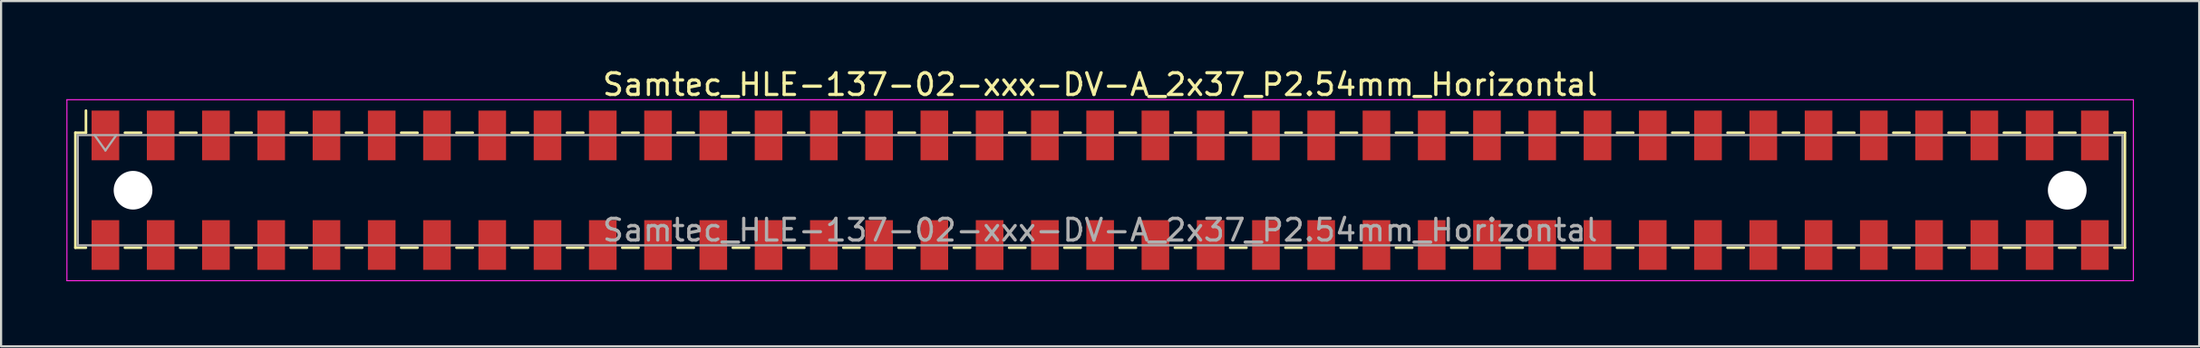
<source format=kicad_pcb>
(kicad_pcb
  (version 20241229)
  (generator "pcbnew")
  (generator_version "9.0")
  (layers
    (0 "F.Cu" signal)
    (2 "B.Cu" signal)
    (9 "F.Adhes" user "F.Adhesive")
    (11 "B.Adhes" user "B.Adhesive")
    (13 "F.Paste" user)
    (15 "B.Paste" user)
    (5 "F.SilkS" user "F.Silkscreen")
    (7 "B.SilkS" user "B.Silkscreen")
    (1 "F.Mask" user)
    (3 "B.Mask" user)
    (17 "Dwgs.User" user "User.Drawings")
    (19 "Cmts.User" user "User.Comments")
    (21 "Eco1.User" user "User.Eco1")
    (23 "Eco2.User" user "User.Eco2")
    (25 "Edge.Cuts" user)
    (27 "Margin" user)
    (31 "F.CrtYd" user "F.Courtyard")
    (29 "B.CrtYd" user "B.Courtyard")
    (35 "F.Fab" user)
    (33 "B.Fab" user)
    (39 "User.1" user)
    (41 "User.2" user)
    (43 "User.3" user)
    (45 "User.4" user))
  (footprint "Samtec_HLE-137-02-xxx-DV-A_2x37_P2.54mm_Horizontal"
    (layer "F.Cu")
    (at 47.515 5.718)
    (property "Reference" "Samtec_HLE-137-02-xxx-DV-A_2x37_P2.54mm_Horizontal" (at 0 -4.87 0) (layer "F.SilkS") (effects (font (size 1 1) (thickness 0.15))))
    (attr smd)
    (fp_line (start -47.1 -2.65) (end -47.1 2.65) (stroke (width 0.12) (type solid)) (layer "F.SilkS"))
    (fp_line (start -47.1 2.65) (end -46.615 2.65) (stroke (width 0.12) (type solid)) (layer "F.SilkS"))
    (fp_line (start -46.615 -3.67) (end -46.615 -2.65) (stroke (width 0.12) (type solid)) (layer "F.SilkS"))
    (fp_line (start -46.615 -2.65) (end -47.1 -2.65) (stroke (width 0.12) (type solid)) (layer "F.SilkS"))
    (fp_line (start -44.825 -2.65) (end -44.075 -2.65) (stroke (width 0.12) (type solid)) (layer "F.SilkS"))
    (fp_line (start -44.825 2.65) (end -44.075 2.65) (stroke (width 0.12) (type solid)) (layer "F.SilkS"))
    (fp_line (start -42.285 -2.65) (end -41.535 -2.65) (stroke (width 0.12) (type solid)) (layer "F.SilkS"))
    (fp_line (start -42.285 2.65) (end -41.535 2.65) (stroke (width 0.12) (type solid)) (layer "F.SilkS"))
    (fp_line (start -39.745 -2.65) (end -38.995 -2.65) (stroke (width 0.12) (type solid)) (layer "F.SilkS"))
    (fp_line (start -39.745 2.65) (end -38.995 2.65) (stroke (width 0.12) (type solid)) (layer "F.SilkS"))
    (fp_line (start -37.205 -2.65) (end -36.455 -2.65) (stroke (width 0.12) (type solid)) (layer "F.SilkS"))
    (fp_line (start -37.205 2.65) (end -36.455 2.65) (stroke (width 0.12) (type solid)) (layer "F.SilkS"))
    (fp_line (start -34.665 -2.65) (end -33.915 -2.65) (stroke (width 0.12) (type solid)) (layer "F.SilkS"))
    (fp_line (start -34.665 2.65) (end -33.915 2.65) (stroke (width 0.12) (type solid)) (layer "F.SilkS"))
    (fp_line (start -32.125 -2.65) (end -31.375 -2.65) (stroke (width 0.12) (type solid)) (layer "F.SilkS"))
    (fp_line (start -32.125 2.65) (end -31.375 2.65) (stroke (width 0.12) (type solid)) (layer "F.SilkS"))
    (fp_line (start -29.585 -2.65) (end -28.835 -2.65) (stroke (width 0.12) (type solid)) (layer "F.SilkS"))
    (fp_line (start -29.585 2.65) (end -28.835 2.65) (stroke (width 0.12) (type solid)) (layer "F.SilkS"))
    (fp_line (start -27.045 -2.65) (end -26.295 -2.65) (stroke (width 0.12) (type solid)) (layer "F.SilkS"))
    (fp_line (start -27.045 2.65) (end -26.295 2.65) (stroke (width 0.12) (type solid)) (layer "F.SilkS"))
    (fp_line (start -24.505 -2.65) (end -23.755 -2.65) (stroke (width 0.12) (type solid)) (layer "F.SilkS"))
    (fp_line (start -24.505 2.65) (end -23.755 2.65) (stroke (width 0.12) (type solid)) (layer "F.SilkS"))
    (fp_line (start -21.965 -2.65) (end -21.215 -2.65) (stroke (width 0.12) (type solid)) (layer "F.SilkS"))
    (fp_line (start -21.965 2.65) (end -21.215 2.65) (stroke (width 0.12) (type solid)) (layer "F.SilkS"))
    (fp_line (start -19.425 -2.65) (end -18.675 -2.65) (stroke (width 0.12) (type solid)) (layer "F.SilkS"))
    (fp_line (start -19.425 2.65) (end -18.675 2.65) (stroke (width 0.12) (type solid)) (layer "F.SilkS"))
    (fp_line (start -16.885 -2.65) (end -16.135 -2.65) (stroke (width 0.12) (type solid)) (layer "F.SilkS"))
    (fp_line (start -16.885 2.65) (end -16.135 2.65) (stroke (width 0.12) (type solid)) (layer "F.SilkS"))
    (fp_line (start -14.345 -2.65) (end -13.595 -2.65) (stroke (width 0.12) (type solid)) (layer "F.SilkS"))
    (fp_line (start -14.345 2.65) (end -13.595 2.65) (stroke (width 0.12) (type solid)) (layer "F.SilkS"))
    (fp_line (start -11.805 -2.65) (end -11.055 -2.65) (stroke (width 0.12) (type solid)) (layer "F.SilkS"))
    (fp_line (start -11.805 2.65) (end -11.055 2.65) (stroke (width 0.12) (type solid)) (layer "F.SilkS"))
    (fp_line (start -9.265 -2.65) (end -8.515 -2.65) (stroke (width 0.12) (type solid)) (layer "F.SilkS"))
    (fp_line (start -9.265 2.65) (end -8.515 2.65) (stroke (width 0.12) (type solid)) (layer "F.SilkS"))
    (fp_line (start -6.725 -2.65) (end -5.975 -2.65) (stroke (width 0.12) (type solid)) (layer "F.SilkS"))
    (fp_line (start -6.725 2.65) (end -5.975 2.65) (stroke (width 0.12) (type solid)) (layer "F.SilkS"))
    (fp_line (start -4.185 -2.65) (end -3.435 -2.65) (stroke (width 0.12) (type solid)) (layer "F.SilkS"))
    (fp_line (start -4.185 2.65) (end -3.435 2.65) (stroke (width 0.12) (type solid)) (layer "F.SilkS"))
    (fp_line (start -1.645 -2.65) (end -0.895 -2.65) (stroke (width 0.12) (type solid)) (layer "F.SilkS"))
    (fp_line (start -1.645 2.65) (end -0.895 2.65) (stroke (width 0.12) (type solid)) (layer "F.SilkS"))
    (fp_line (start 0.895 -2.65) (end 1.645 -2.65) (stroke (width 0.12) (type solid)) (layer "F.SilkS"))
    (fp_line (start 0.895 2.65) (end 1.645 2.65) (stroke (width 0.12) (type solid)) (layer "F.SilkS"))
    (fp_line (start 3.435 -2.65) (end 4.185 -2.65) (stroke (width 0.12) (type solid)) (layer "F.SilkS"))
    (fp_line (start 3.435 2.65) (end 4.185 2.65) (stroke (width 0.12) (type solid)) (layer "F.SilkS"))
    (fp_line (start 5.975 -2.65) (end 6.725 -2.65) (stroke (width 0.12) (type solid)) (layer "F.SilkS"))
    (fp_line (start 5.975 2.65) (end 6.725 2.65) (stroke (width 0.12) (type solid)) (layer "F.SilkS"))
    (fp_line (start 8.515 -2.65) (end 9.265 -2.65) (stroke (width 0.12) (type solid)) (layer "F.SilkS"))
    (fp_line (start 8.515 2.65) (end 9.265 2.65) (stroke (width 0.12) (type solid)) (layer "F.SilkS"))
    (fp_line (start 11.055 -2.65) (end 11.805 -2.65) (stroke (width 0.12) (type solid)) (layer "F.SilkS"))
    (fp_line (start 11.055 2.65) (end 11.805 2.65) (stroke (width 0.12) (type solid)) (layer "F.SilkS"))
    (fp_line (start 13.595 -2.65) (end 14.345 -2.65) (stroke (width 0.12) (type solid)) (layer "F.SilkS"))
    (fp_line (start 13.595 2.65) (end 14.345 2.65) (stroke (width 0.12) (type solid)) (layer "F.SilkS"))
    (fp_line (start 16.135 -2.65) (end 16.885 -2.65) (stroke (width 0.12) (type solid)) (layer "F.SilkS"))
    (fp_line (start 16.135 2.65) (end 16.885 2.65) (stroke (width 0.12) (type solid)) (layer "F.SilkS"))
    (fp_line (start 18.675 -2.65) (end 19.425 -2.65) (stroke (width 0.12) (type solid)) (layer "F.SilkS"))
    (fp_line (start 18.675 2.65) (end 19.425 2.65) (stroke (width 0.12) (type solid)) (layer "F.SilkS"))
    (fp_line (start 21.215 -2.65) (end 21.965 -2.65) (stroke (width 0.12) (type solid)) (layer "F.SilkS"))
    (fp_line (start 21.215 2.65) (end 21.965 2.65) (stroke (width 0.12) (type solid)) (layer "F.SilkS"))
    (fp_line (start 23.755 -2.65) (end 24.505 -2.65) (stroke (width 0.12) (type solid)) (layer "F.SilkS"))
    (fp_line (start 23.755 2.65) (end 24.505 2.65) (stroke (width 0.12) (type solid)) (layer "F.SilkS"))
    (fp_line (start 26.295 -2.65) (end 27.045 -2.65) (stroke (width 0.12) (type solid)) (layer "F.SilkS"))
    (fp_line (start 26.295 2.65) (end 27.045 2.65) (stroke (width 0.12) (type solid)) (layer "F.SilkS"))
    (fp_line (start 28.835 -2.65) (end 29.585 -2.65) (stroke (width 0.12) (type solid)) (layer "F.SilkS"))
    (fp_line (start 28.835 2.65) (end 29.585 2.65) (stroke (width 0.12) (type solid)) (layer "F.SilkS"))
    (fp_line (start 31.375 -2.65) (end 32.125 -2.65) (stroke (width 0.12) (type solid)) (layer "F.SilkS"))
    (fp_line (start 31.375 2.65) (end 32.125 2.65) (stroke (width 0.12) (type solid)) (layer "F.SilkS"))
    (fp_line (start 33.915 -2.65) (end 34.665 -2.65) (stroke (width 0.12) (type solid)) (layer "F.SilkS"))
    (fp_line (start 33.915 2.65) (end 34.665 2.65) (stroke (width 0.12) (type solid)) (layer "F.SilkS"))
    (fp_line (start 36.455 -2.65) (end 37.205 -2.65) (stroke (width 0.12) (type solid)) (layer "F.SilkS"))
    (fp_line (start 36.455 2.65) (end 37.205 2.65) (stroke (width 0.12) (type solid)) (layer "F.SilkS"))
    (fp_line (start 38.995 -2.65) (end 39.745 -2.65) (stroke (width 0.12) (type solid)) (layer "F.SilkS"))
    (fp_line (start 38.995 2.65) (end 39.745 2.65) (stroke (width 0.12) (type solid)) (layer "F.SilkS"))
    (fp_line (start 41.535 -2.65) (end 42.285 -2.65) (stroke (width 0.12) (type solid)) (layer "F.SilkS"))
    (fp_line (start 41.535 2.65) (end 42.285 2.65) (stroke (width 0.12) (type solid)) (layer "F.SilkS"))
    (fp_line (start 44.075 -2.65) (end 44.825 -2.65) (stroke (width 0.12) (type solid)) (layer "F.SilkS"))
    (fp_line (start 44.075 2.65) (end 44.825 2.65) (stroke (width 0.12) (type solid)) (layer "F.SilkS"))
    (fp_line (start 46.615 -2.65) (end 47.1 -2.65) (stroke (width 0.12) (type solid)) (layer "F.SilkS"))
    (fp_line (start 47.1 -2.65) (end 47.1 2.65) (stroke (width 0.12) (type solid)) (layer "F.SilkS"))
    (fp_line (start 47.1 2.65) (end 46.615 2.65) (stroke (width 0.12) (type solid)) (layer "F.SilkS"))
    (fp_line (start -47.49 -4.17) (end 47.49 -4.17) (stroke (width 0.05) (type solid)) (layer "F.CrtYd"))
    (fp_line (start -47.49 4.17) (end -47.49 -4.17) (stroke (width 0.05) (type solid)) (layer "F.CrtYd"))
    (fp_line (start 47.49 -4.17) (end 47.49 4.17) (stroke (width 0.05) (type solid)) (layer "F.CrtYd"))
    (fp_line (start 47.49 4.17) (end -47.49 4.17) (stroke (width 0.05) (type solid)) (layer "F.CrtYd"))
    (fp_line (start -46.99 -2.54) (end 46.99 -2.54) (stroke (width 0.1) (type solid)) (layer "F.Fab"))
    (fp_line (start -46.99 2.54) (end -46.99 -2.54) (stroke (width 0.1) (type solid)) (layer "F.Fab"))
    (fp_line (start -46.22 -2.54) (end -45.72 -1.833) (stroke (width 0.1) (type solid)) (layer "F.Fab"))
    (fp_line (start -45.72 -1.833) (end -45.22 -2.54) (stroke (width 0.1) (type solid)) (layer "F.Fab"))
    (fp_line (start 46.99 -2.54) (end 46.99 2.54) (stroke (width 0.1) (type solid)) (layer "F.Fab"))
    (fp_line (start 46.99 2.54) (end -46.99 2.54) (stroke (width 0.1) (type solid)) (layer "F.Fab"))
    (fp_text user "${REFERENCE}" (at 0 1.84 0) (layer "F.Fab") (effects (font (size 1 1) (thickness 0.15))))
    (pad "" np_thru_hole circle (at -44.45 0) (size 1.78 1.78) (drill 1.78) (layers "*.Cu" "*.Mask"))
    (pad "" np_thru_hole circle (at 44.45 0) (size 1.78 1.78) (drill 1.78) (layers "*.Cu" "*.Mask"))
    (pad "1" smd rect (at -45.72 -2.525) (size 1.27 2.29) (layers "F.Cu" "F.Mask" "F.Paste"))
    (pad "2" smd rect (at -45.72 2.525) (size 1.27 2.29) (layers "F.Cu" "F.Mask" "F.Paste"))
    (pad "3" smd rect (at -43.18 -2.525) (size 1.27 2.29) (layers "F.Cu" "F.Mask" "F.Paste"))
    (pad "4" smd rect (at -43.18 2.525) (size 1.27 2.29) (layers "F.Cu" "F.Mask" "F.Paste"))
    (pad "5" smd rect (at -40.64 -2.525) (size 1.27 2.29) (layers "F.Cu" "F.Mask" "F.Paste"))
    (pad "6" smd rect (at -40.64 2.525) (size 1.27 2.29) (layers "F.Cu" "F.Mask" "F.Paste"))
    (pad "7" smd rect (at -38.1 -2.525) (size 1.27 2.29) (layers "F.Cu" "F.Mask" "F.Paste"))
    (pad "8" smd rect (at -38.1 2.525) (size 1.27 2.29) (layers "F.Cu" "F.Mask" "F.Paste"))
    (pad "9" smd rect (at -35.56 -2.525) (size 1.27 2.29) (layers "F.Cu" "F.Mask" "F.Paste"))
    (pad "10" smd rect (at -35.56 2.525) (size 1.27 2.29) (layers "F.Cu" "F.Mask" "F.Paste"))
    (pad "11" smd rect (at -33.02 -2.525) (size 1.27 2.29) (layers "F.Cu" "F.Mask" "F.Paste"))
    (pad "12" smd rect (at -33.02 2.525) (size 1.27 2.29) (layers "F.Cu" "F.Mask" "F.Paste"))
    (pad "13" smd rect (at -30.48 -2.525) (size 1.27 2.29) (layers "F.Cu" "F.Mask" "F.Paste"))
    (pad "14" smd rect (at -30.48 2.525) (size 1.27 2.29) (layers "F.Cu" "F.Mask" "F.Paste"))
    (pad "15" smd rect (at -27.94 -2.525) (size 1.27 2.29) (layers "F.Cu" "F.Mask" "F.Paste"))
    (pad "16" smd rect (at -27.94 2.525) (size 1.27 2.29) (layers "F.Cu" "F.Mask" "F.Paste"))
    (pad "17" smd rect (at -25.4 -2.525) (size 1.27 2.29) (layers "F.Cu" "F.Mask" "F.Paste"))
    (pad "18" smd rect (at -25.4 2.525) (size 1.27 2.29) (layers "F.Cu" "F.Mask" "F.Paste"))
    (pad "19" smd rect (at -22.86 -2.525) (size 1.27 2.29) (layers "F.Cu" "F.Mask" "F.Paste"))
    (pad "20" smd rect (at -22.86 2.525) (size 1.27 2.29) (layers "F.Cu" "F.Mask" "F.Paste"))
    (pad "21" smd rect (at -20.32 -2.525) (size 1.27 2.29) (layers "F.Cu" "F.Mask" "F.Paste"))
    (pad "22" smd rect (at -20.32 2.525) (size 1.27 2.29) (layers "F.Cu" "F.Mask" "F.Paste"))
    (pad "23" smd rect (at -17.78 -2.525) (size 1.27 2.29) (layers "F.Cu" "F.Mask" "F.Paste"))
    (pad "24" smd rect (at -17.78 2.525) (size 1.27 2.29) (layers "F.Cu" "F.Mask" "F.Paste"))
    (pad "25" smd rect (at -15.24 -2.525) (size 1.27 2.29) (layers "F.Cu" "F.Mask" "F.Paste"))
    (pad "26" smd rect (at -15.24 2.525) (size 1.27 2.29) (layers "F.Cu" "F.Mask" "F.Paste"))
    (pad "27" smd rect (at -12.7 -2.525) (size 1.27 2.29) (layers "F.Cu" "F.Mask" "F.Paste"))
    (pad "28" smd rect (at -12.7 2.525) (size 1.27 2.29) (layers "F.Cu" "F.Mask" "F.Paste"))
    (pad "29" smd rect (at -10.16 -2.525) (size 1.27 2.29) (layers "F.Cu" "F.Mask" "F.Paste"))
    (pad "30" smd rect (at -10.16 2.525) (size 1.27 2.29) (layers "F.Cu" "F.Mask" "F.Paste"))
    (pad "31" smd rect (at -7.62 -2.525) (size 1.27 2.29) (layers "F.Cu" "F.Mask" "F.Paste"))
    (pad "32" smd rect (at -7.62 2.525) (size 1.27 2.29) (layers "F.Cu" "F.Mask" "F.Paste"))
    (pad "33" smd rect (at -5.08 -2.525) (size 1.27 2.29) (layers "F.Cu" "F.Mask" "F.Paste"))
    (pad "34" smd rect (at -5.08 2.525) (size 1.27 2.29) (layers "F.Cu" "F.Mask" "F.Paste"))
    (pad "35" smd rect (at -2.54 -2.525) (size 1.27 2.29) (layers "F.Cu" "F.Mask" "F.Paste"))
    (pad "36" smd rect (at -2.54 2.525) (size 1.27 2.29) (layers "F.Cu" "F.Mask" "F.Paste"))
    (pad "37" smd rect (at 0 -2.525) (size 1.27 2.29) (layers "F.Cu" "F.Mask" "F.Paste"))
    (pad "38" smd rect (at 0 2.525) (size 1.27 2.29) (layers "F.Cu" "F.Mask" "F.Paste"))
    (pad "39" smd rect (at 2.54 -2.525) (size 1.27 2.29) (layers "F.Cu" "F.Mask" "F.Paste"))
    (pad "40" smd rect (at 2.54 2.525) (size 1.27 2.29) (layers "F.Cu" "F.Mask" "F.Paste"))
    (pad "41" smd rect (at 5.08 -2.525) (size 1.27 2.29) (layers "F.Cu" "F.Mask" "F.Paste"))
    (pad "42" smd rect (at 5.08 2.525) (size 1.27 2.29) (layers "F.Cu" "F.Mask" "F.Paste"))
    (pad "43" smd rect (at 7.62 -2.525) (size 1.27 2.29) (layers "F.Cu" "F.Mask" "F.Paste"))
    (pad "44" smd rect (at 7.62 2.525) (size 1.27 2.29) (layers "F.Cu" "F.Mask" "F.Paste"))
    (pad "45" smd rect (at 10.16 -2.525) (size 1.27 2.29) (layers "F.Cu" "F.Mask" "F.Paste"))
    (pad "46" smd rect (at 10.16 2.525) (size 1.27 2.29) (layers "F.Cu" "F.Mask" "F.Paste"))
    (pad "47" smd rect (at 12.7 -2.525) (size 1.27 2.29) (layers "F.Cu" "F.Mask" "F.Paste"))
    (pad "48" smd rect (at 12.7 2.525) (size 1.27 2.29) (layers "F.Cu" "F.Mask" "F.Paste"))
    (pad "49" smd rect (at 15.24 -2.525) (size 1.27 2.29) (layers "F.Cu" "F.Mask" "F.Paste"))
    (pad "50" smd rect (at 15.24 2.525) (size 1.27 2.29) (layers "F.Cu" "F.Mask" "F.Paste"))
    (pad "51" smd rect (at 17.78 -2.525) (size 1.27 2.29) (layers "F.Cu" "F.Mask" "F.Paste"))
    (pad "52" smd rect (at 17.78 2.525) (size 1.27 2.29) (layers "F.Cu" "F.Mask" "F.Paste"))
    (pad "53" smd rect (at 20.32 -2.525) (size 1.27 2.29) (layers "F.Cu" "F.Mask" "F.Paste"))
    (pad "54" smd rect (at 20.32 2.525) (size 1.27 2.29) (layers "F.Cu" "F.Mask" "F.Paste"))
    (pad "55" smd rect (at 22.86 -2.525) (size 1.27 2.29) (layers "F.Cu" "F.Mask" "F.Paste"))
    (pad "56" smd rect (at 22.86 2.525) (size 1.27 2.29) (layers "F.Cu" "F.Mask" "F.Paste"))
    (pad "57" smd rect (at 25.4 -2.525) (size 1.27 2.29) (layers "F.Cu" "F.Mask" "F.Paste"))
    (pad "58" smd rect (at 25.4 2.525) (size 1.27 2.29) (layers "F.Cu" "F.Mask" "F.Paste"))
    (pad "59" smd rect (at 27.94 -2.525) (size 1.27 2.29) (layers "F.Cu" "F.Mask" "F.Paste"))
    (pad "60" smd rect (at 27.94 2.525) (size 1.27 2.29) (layers "F.Cu" "F.Mask" "F.Paste"))
    (pad "61" smd rect (at 30.48 -2.525) (size 1.27 2.29) (layers "F.Cu" "F.Mask" "F.Paste"))
    (pad "62" smd rect (at 30.48 2.525) (size 1.27 2.29) (layers "F.Cu" "F.Mask" "F.Paste"))
    (pad "63" smd rect (at 33.02 -2.525) (size 1.27 2.29) (layers "F.Cu" "F.Mask" "F.Paste"))
    (pad "64" smd rect (at 33.02 2.525) (size 1.27 2.29) (layers "F.Cu" "F.Mask" "F.Paste"))
    (pad "65" smd rect (at 35.56 -2.525) (size 1.27 2.29) (layers "F.Cu" "F.Mask" "F.Paste"))
    (pad "66" smd rect (at 35.56 2.525) (size 1.27 2.29) (layers "F.Cu" "F.Mask" "F.Paste"))
    (pad "67" smd rect (at 38.1 -2.525) (size 1.27 2.29) (layers "F.Cu" "F.Mask" "F.Paste"))
    (pad "68" smd rect (at 38.1 2.525) (size 1.27 2.29) (layers "F.Cu" "F.Mask" "F.Paste"))
    (pad "69" smd rect (at 40.64 -2.525) (size 1.27 2.29) (layers "F.Cu" "F.Mask" "F.Paste"))
    (pad "70" smd rect (at 40.64 2.525) (size 1.27 2.29) (layers "F.Cu" "F.Mask" "F.Paste"))
    (pad "71" smd rect (at 43.18 -2.525) (size 1.27 2.29) (layers "F.Cu" "F.Mask" "F.Paste"))
    (pad "72" smd rect (at 43.18 2.525) (size 1.27 2.29) (layers "F.Cu" "F.Mask" "F.Paste"))
    (pad "73" smd rect (at 45.72 -2.525) (size 1.27 2.29) (layers "F.Cu" "F.Mask" "F.Paste"))
    (pad "74" smd rect (at 45.72 2.525) (size 1.27 2.29) (layers "F.Cu" "F.Mask" "F.Paste")))
  (gr_rect
    (start -3 -3)
    (end 98.03 12.913)
    (stroke (width 0.1) (type default))
    (fill no)
    (layer "Edge.Cuts")))
</source>
